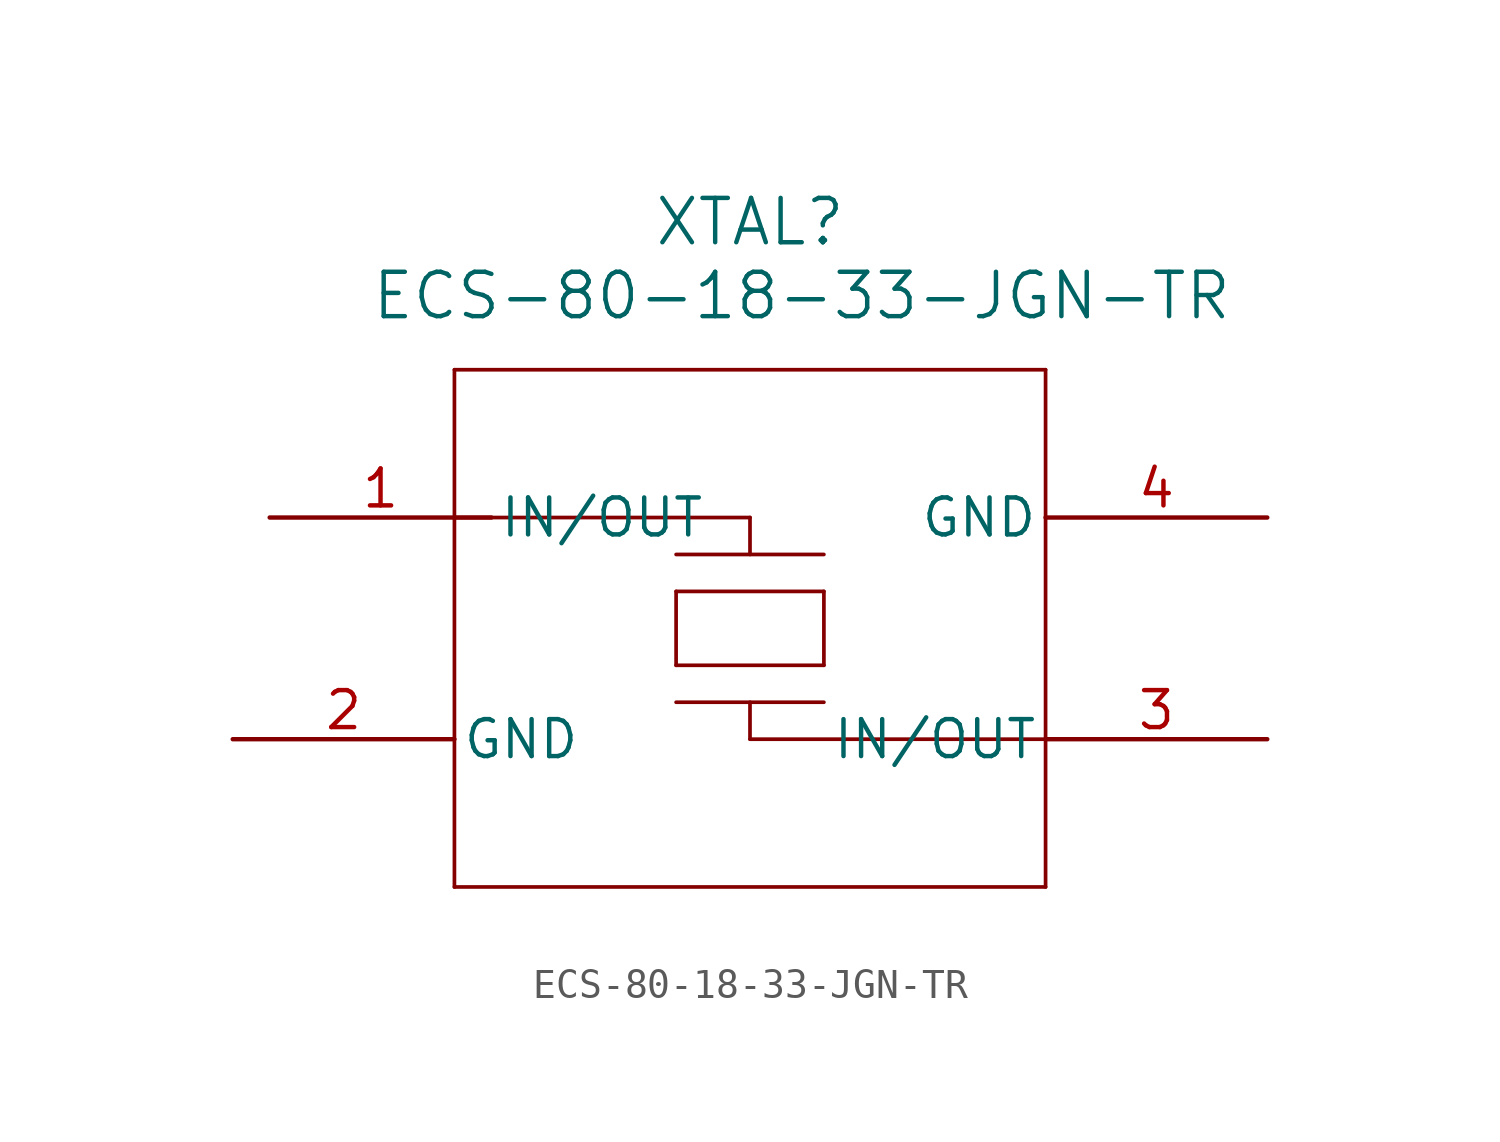
<source format=kicad_sym>
(kicad_symbol_lib
  (version 20241209)
  (generator "kicad_symbol_editor")
  (generator_version "9.0")
  (symbol "ECS-80-18-33-JGN-TR"
    (pin_names
      (offset 0.254))
    (property "Reference" "XTAL"
      (at 17.78 10.16 0)
      (effects (font (size 1.524 1.524))))
    (property "Value" "ECS-80-18-33-JGN-TR"
      (at 19.558 7.62 0)
      (effects (font (size 1.524 1.524))))
    (property "ki_locked" ""
      (at 0 0 0)
      (effects (font (size 1.27 1.27))))
    (symbol "ECS-80-18-33-JGN-TR_0_1"
      (polyline (pts (xy 7.62 5.08) (xy 7.62 -12.7)) (stroke (width 0.127) (type default)) (fill (type none)))
      (polyline (pts (xy 7.62 0) (xy 17.78 0)) (stroke (width 0.127) (type default)) (fill (type none)))
      (polyline (pts (xy 7.62 -12.7) (xy 27.94 -12.7)) (stroke (width 0.127) (type default)) (fill (type none)))
      (polyline (pts (xy 15.24 -1.27) (xy 20.32 -1.27)) (stroke (width 0.127) (type default)) (fill (type none)))
      (polyline (pts (xy 15.24 -2.54) (xy 15.24 -5.08)) (stroke (width 0.127) (type default)) (fill (type none)))
      (polyline (pts (xy 15.24 -2.54) (xy 20.32 -2.54)) (stroke (width 0.127) (type default)) (fill (type none)))
      (polyline (pts (xy 15.24 -5.08) (xy 20.32 -5.08)) (stroke (width 0.127) (type default)) (fill (type none)))
      (polyline (pts (xy 15.24 -6.35) (xy 20.32 -6.35)) (stroke (width 0.127) (type default)) (fill (type none)))
      (polyline (pts (xy 17.78 -1.27) (xy 17.78 0)) (stroke (width 0.127) (type default)) (fill (type none)))
      (polyline (pts (xy 17.78 -7.62) (xy 17.78 -6.35)) (stroke (width 0.127) (type default)) (fill (type none)))
      (polyline (pts (xy 20.32 -5.08) (xy 20.32 -2.54)) (stroke (width 0.127) (type default)) (fill (type none)))
      (polyline (pts (xy 27.94 5.08) (xy 7.62 5.08)) (stroke (width 0.127) (type default)) (fill (type none)))
      (polyline (pts (xy 27.94 -7.62) (xy 17.78 -7.62)) (stroke (width 0.127) (type default)) (fill (type none)))
      (polyline (pts (xy 27.94 -12.7) (xy 27.94 5.08)) (stroke (width 0.127) (type default)) (fill (type none)))
      (pin power_out line (at 0 -7.62 0) (length 7.62) (name "GND" (effects (font (size 1.27 1.27)))) (number "2" (effects (font (size 1.27 1.27)))))
      (pin bidirectional line (at 1.27 0 0) (length 7.62) (name "IN/OUT" (effects (font (size 1.27 1.27)))) (number "1" (effects (font (size 1.27 1.27))))))
    (symbol "ECS-80-18-33-JGN-TR_1_1"
      (pin power_out line (at 35.56 0 180) (length 7.62) (name "GND" (effects (font (size 1.27 1.27)))) (number "4" (effects (font (size 1.27 1.27)))))
      (pin bidirectional line (at 35.56 -7.62 180) (length 7.62) (name "IN/OUT" (effects (font (size 1.27 1.27)))) (number "3" (effects (font (size 1.27 1.27))))))))
</source>
